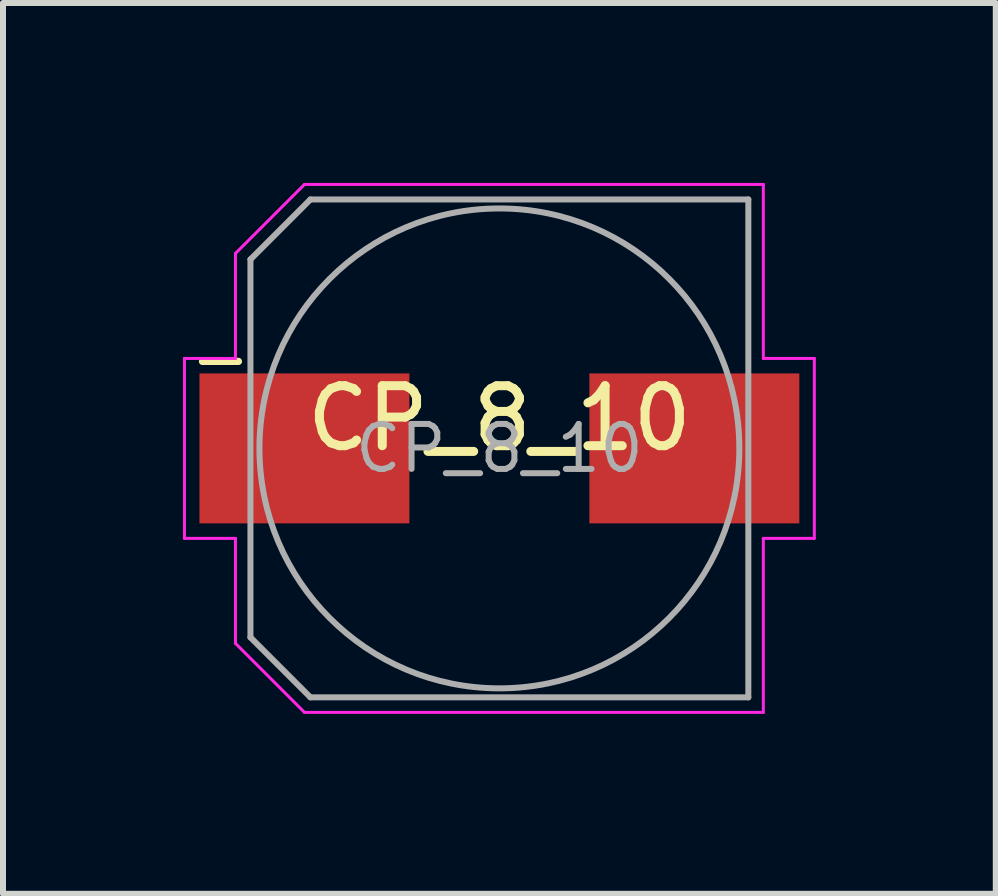
<source format=kicad_pcb>
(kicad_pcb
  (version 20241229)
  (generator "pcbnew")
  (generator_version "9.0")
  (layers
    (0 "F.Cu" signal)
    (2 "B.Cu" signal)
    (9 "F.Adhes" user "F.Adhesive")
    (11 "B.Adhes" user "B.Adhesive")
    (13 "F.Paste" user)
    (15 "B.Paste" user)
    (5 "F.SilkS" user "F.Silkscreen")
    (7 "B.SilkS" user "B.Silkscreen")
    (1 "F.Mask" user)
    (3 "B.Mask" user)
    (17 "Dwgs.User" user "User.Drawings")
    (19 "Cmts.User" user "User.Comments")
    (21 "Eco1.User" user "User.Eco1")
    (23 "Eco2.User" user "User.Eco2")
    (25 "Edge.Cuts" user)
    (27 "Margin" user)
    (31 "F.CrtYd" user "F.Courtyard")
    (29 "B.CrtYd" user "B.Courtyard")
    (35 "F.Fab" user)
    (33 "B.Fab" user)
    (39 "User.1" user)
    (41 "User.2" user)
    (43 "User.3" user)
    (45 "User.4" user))
  (footprint "CP_8_10"
    (layer "F.Cu")
    (at 5.275 4.425)
    (property "Reference" "CP_8_10" (at 0 -0.5 0) (unlocked yes) (layer "F.SilkS") (effects (font (size 1 1) (thickness 0.15))))
    (attr smd)
    (fp_line (start -4.95 -1.45) (end -4.35 -1.45) (stroke (width 0.12) (type default)) (layer "F.SilkS"))
    (fp_line (start -5.25 -1.5) (end -5.25 1.5) (stroke (width 0.05) (type solid)) (layer "F.CrtYd"))
    (fp_line (start -5.25 1.5) (end -4.4 1.5) (stroke (width 0.05) (type solid)) (layer "F.CrtYd"))
    (fp_line (start -4.4 -3.25) (end -4.4 -1.5) (stroke (width 0.05) (type solid)) (layer "F.CrtYd"))
    (fp_line (start -4.4 -3.25) (end -3.25 -4.4) (stroke (width 0.05) (type solid)) (layer "F.CrtYd"))
    (fp_line (start -4.4 -1.5) (end -5.25 -1.5) (stroke (width 0.05) (type solid)) (layer "F.CrtYd"))
    (fp_line (start -4.4 1.5) (end -4.4 3.25) (stroke (width 0.05) (type solid)) (layer "F.CrtYd"))
    (fp_line (start -4.4 3.25) (end -3.25 4.4) (stroke (width 0.05) (type solid)) (layer "F.CrtYd"))
    (fp_line (start -3.25 -4.4) (end 4.4 -4.4) (stroke (width 0.05) (type solid)) (layer "F.CrtYd"))
    (fp_line (start -3.25 4.4) (end 4.4 4.4) (stroke (width 0.05) (type solid)) (layer "F.CrtYd"))
    (fp_line (start 4.4 -4.4) (end 4.4 -1.5) (stroke (width 0.05) (type solid)) (layer "F.CrtYd"))
    (fp_line (start 4.4 -1.5) (end 5.25 -1.5) (stroke (width 0.05) (type solid)) (layer "F.CrtYd"))
    (fp_line (start 4.4 1.5) (end 4.4 4.4) (stroke (width 0.05) (type solid)) (layer "F.CrtYd"))
    (fp_line (start 5.25 -1.5) (end 5.25 1.5) (stroke (width 0.05) (type solid)) (layer "F.CrtYd"))
    (fp_line (start 5.25 1.5) (end 4.4 1.5) (stroke (width 0.05) (type solid)) (layer "F.CrtYd"))
    (fp_line (start -4.15 -3.15) (end -4.15 3.15) (stroke (width 0.1) (type solid)) (layer "F.Fab"))
    (fp_line (start -4.15 -3.15) (end -3.15 -4.15) (stroke (width 0.1) (type solid)) (layer "F.Fab"))
    (fp_line (start -4.15 3.15) (end -3.15 4.15) (stroke (width 0.1) (type solid)) (layer "F.Fab"))
    (fp_line (start -3.15 -4.15) (end 4.15 -4.15) (stroke (width 0.1) (type solid)) (layer "F.Fab"))
    (fp_line (start -3.15 4.15) (end 4.15 4.15) (stroke (width 0.1) (type solid)) (layer "F.Fab"))
    (fp_line (start 4.15 -4.15) (end 4.15 4.15) (stroke (width 0.1) (type solid)) (layer "F.Fab"))
    (fp_circle (center 0 0) (end 4 0) (stroke (width 0.1) (type solid)) (fill no) (layer "F.Fab"))
    (fp_text user "${REFERENCE}" (at 0 0 0) (layer "F.Fab") (effects (font (size 0.75 0.75) (thickness 0.1))))
    (pad "1" smd rect (at -3.25 0) (size 3.5 2.5) (layers "F.Cu" "F.Mask" "F.Paste"))
    (pad "2" smd rect (at 3.25 0) (size 3.5 2.5) (layers "F.Cu" "F.Mask" "F.Paste")))
  (gr_rect
    (start -3 -3)
    (end 13.55 11.85)
    (stroke (width 0.1) (type default))
    (fill no)
    (layer "Edge.Cuts")))
</source>
